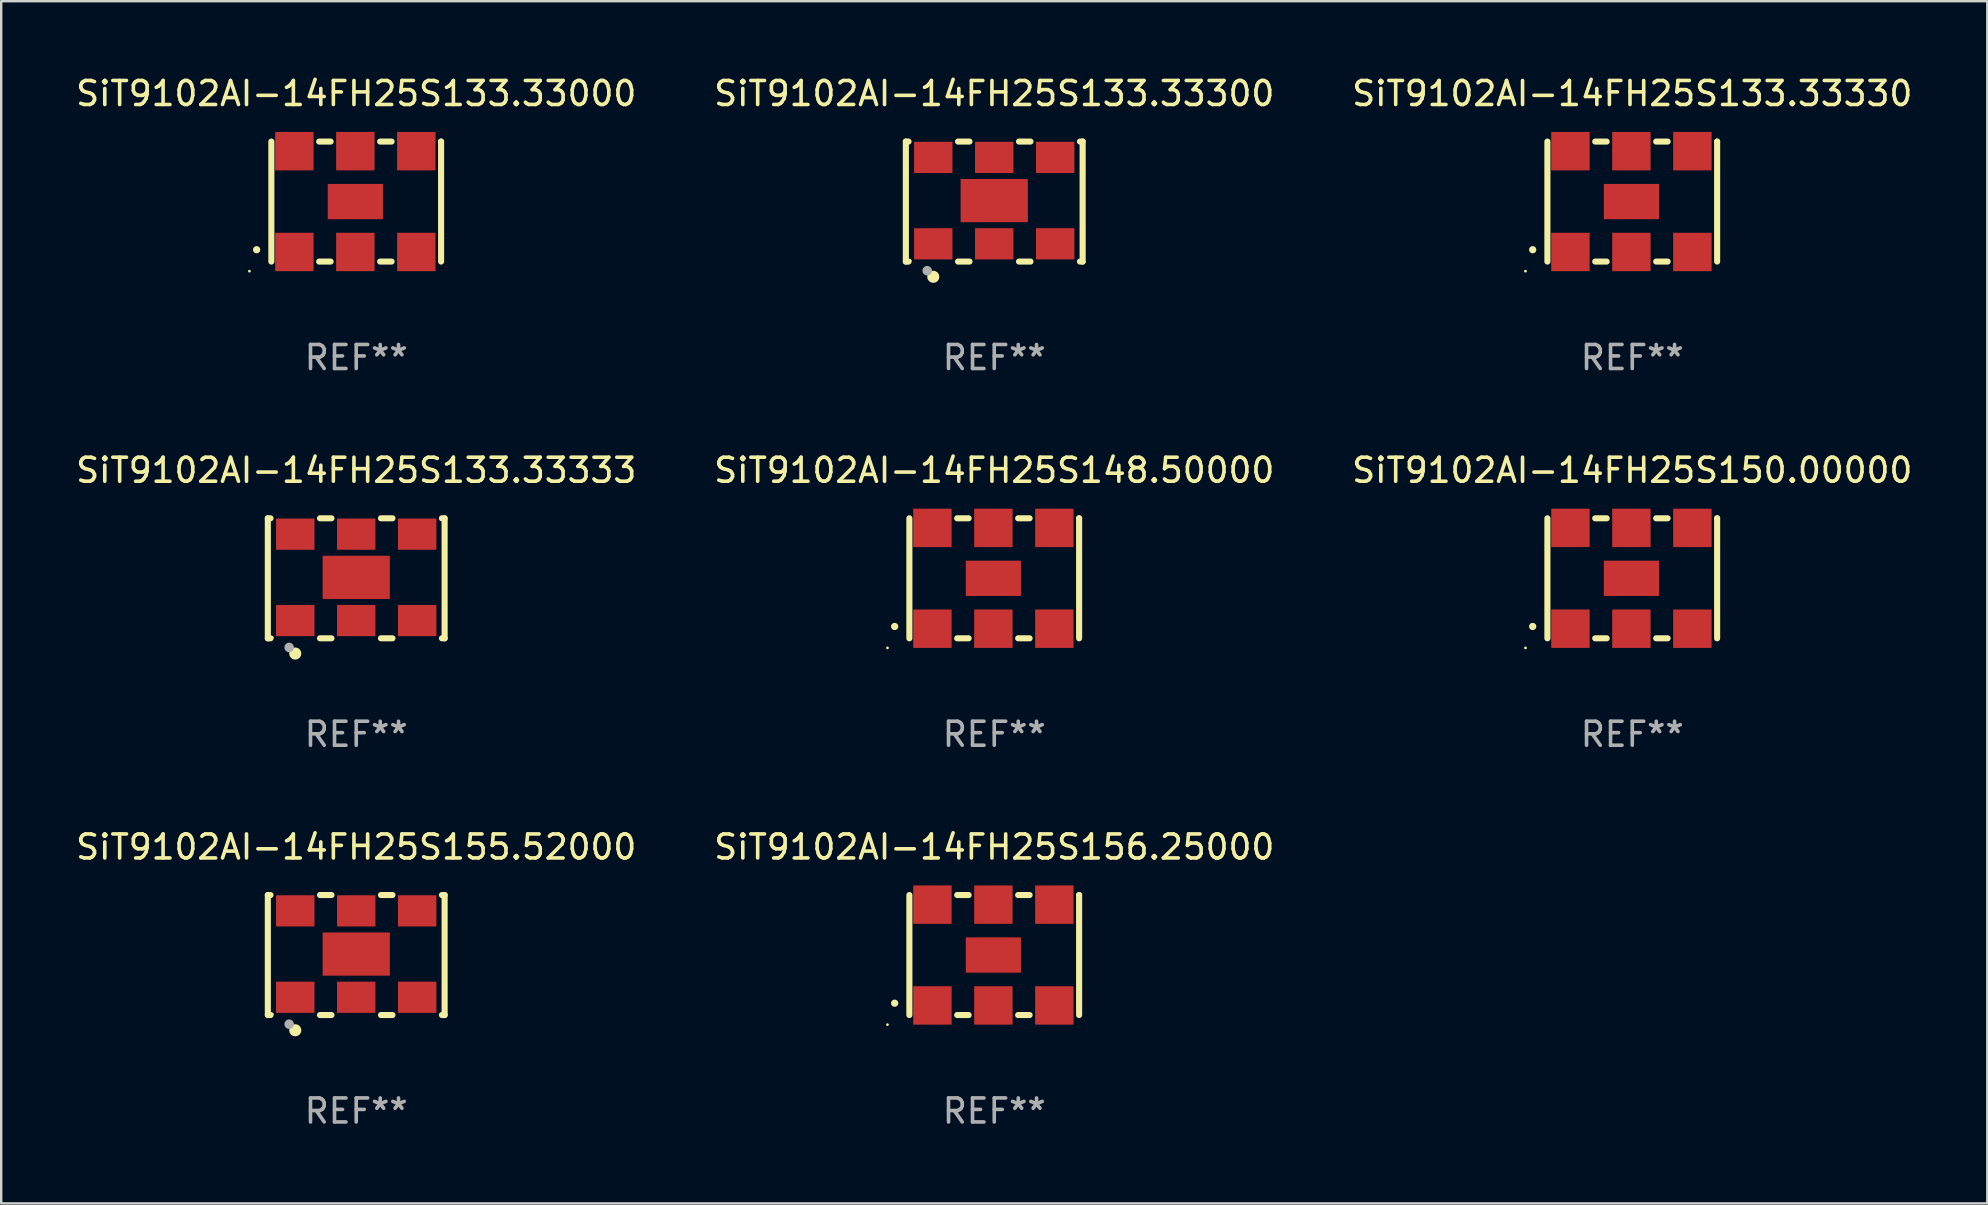
<source format=kicad_pcb>
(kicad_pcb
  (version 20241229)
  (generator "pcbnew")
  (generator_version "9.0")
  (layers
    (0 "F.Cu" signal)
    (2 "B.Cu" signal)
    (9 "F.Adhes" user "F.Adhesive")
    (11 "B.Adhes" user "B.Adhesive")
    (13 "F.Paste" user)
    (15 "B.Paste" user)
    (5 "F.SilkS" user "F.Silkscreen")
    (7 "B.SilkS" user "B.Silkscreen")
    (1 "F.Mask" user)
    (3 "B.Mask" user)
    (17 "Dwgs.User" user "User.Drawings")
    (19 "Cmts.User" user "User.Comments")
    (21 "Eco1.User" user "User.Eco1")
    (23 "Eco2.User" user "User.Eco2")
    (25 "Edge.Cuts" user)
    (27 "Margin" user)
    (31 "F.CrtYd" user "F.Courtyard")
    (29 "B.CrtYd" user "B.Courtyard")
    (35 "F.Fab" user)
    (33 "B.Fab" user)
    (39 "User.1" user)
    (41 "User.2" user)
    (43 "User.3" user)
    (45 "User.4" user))
  (footprint "SiT9102AI-14FH25S148.50000"
    (layer "F.Cu")
    (at 38.375 21.045)
    (property "Reference" "SiT9102AI-14FH25S148.50000" (at 0 -4.5 0) (layer "F.SilkS") (effects (font (size 1 1) (thickness 0.15))))
    (attr through_hole)
    (fp_line (start -3.536 -2.5) (end -3.536 2.5) (stroke (width 0.254) (type solid)) (layer "F.SilkS"))
    (fp_line (start -1.544 2.5) (end -1.067 2.5) (stroke (width 0.254) (type solid)) (layer "F.SilkS"))
    (fp_line (start -1.067 -2.5) (end -1.544 -2.5) (stroke (width 0.254) (type solid)) (layer "F.SilkS"))
    (fp_line (start 0.996 2.5) (end 1.473 2.5) (stroke (width 0.254) (type solid)) (layer "F.SilkS"))
    (fp_line (start 1.473 -2.5) (end 0.996 -2.5) (stroke (width 0.254) (type solid)) (layer "F.SilkS"))
    (fp_line (start 3.536 -2.5) (end 3.536 -2.5) (stroke (width 0.254) (type solid)) (layer "F.SilkS"))
    (fp_line (start 3.536 2.5) (end 3.536 -2.5) (stroke (width 0.254) (type solid)) (layer "F.SilkS"))
    (fp_arc (start -4.150432 2.006604) (mid -4.149162 2.006599) (end -4.147892 2.006604) (stroke (width 0.3) (type solid)) (layer "F.SilkS"))
    (fp_circle (center -4.449 2.9) (end -4.419 2.9) (stroke (width 0.06) (type solid)) (fill no) (layer "F.SilkS"))
    (fp_text user "REF**" (at 0 6.5 0) (layer "F.Fab") (effects (font (size 1 1) (thickness 0.15))))
    (pad "1" smd rect (at -2.576 2.1) (size 1.6 1.6) (layers "F.Cu" "F.Mask" "F.Paste"))
    (pad "2" smd rect (at -0.036 2.1) (size 1.6 1.6) (layers "F.Cu" "F.Mask" "F.Paste"))
    (pad "3" smd rect (at 2.504 2.1) (size 1.6 1.6) (layers "F.Cu" "F.Mask" "F.Paste"))
    (pad "4" smd rect (at 2.504 -2.1) (size 1.6 1.6) (layers "F.Cu" "F.Mask" "F.Paste"))
    (pad "5" smd rect (at -0.036 -2.1) (size 1.6 1.6) (layers "F.Cu" "F.Mask" "F.Paste"))
    (pad "6" smd rect (at -2.576 -2.1) (size 1.6 1.6) (layers "F.Cu" "F.Mask" "F.Paste"))
    (pad "7" smd rect (at -0.036 0) (size 2.3 1.47) (layers "F.Cu" "F.Mask" "F.Paste")))
  (footprint "SiT9102AI-14FH25S133.33333"
    (layer "F.Cu")
    (at 11.792 21.045)
    (property "Reference" "SiT9102AI-14FH25S133.33333" (at 0 -4.5 0) (layer "F.SilkS") (effects (font (size 1 1) (thickness 0.15))))
    (attr through_hole)
    (fp_line (start -3.683 -2.5) (end -3.571 -2.5) (stroke (width 0.254) (type solid)) (layer "F.SilkS"))
    (fp_line (start -3.683 2.5) (end -3.683 -2.5) (stroke (width 0.254) (type solid)) (layer "F.SilkS"))
    (fp_line (start -3.683 2.5) (end -3.571 2.5) (stroke (width 0.254) (type solid)) (layer "F.SilkS"))
    (fp_line (start -1.509 -2.5) (end -1.031 -2.5) (stroke (width 0.254) (type solid)) (layer "F.SilkS"))
    (fp_line (start -1.509 2.5) (end -1.031 2.5) (stroke (width 0.254) (type solid)) (layer "F.SilkS"))
    (fp_line (start 1.031 -2.5) (end 1.509 -2.5) (stroke (width 0.254) (type solid)) (layer "F.SilkS"))
    (fp_line (start 1.031 2.5) (end 1.509 2.5) (stroke (width 0.254) (type solid)) (layer "F.SilkS"))
    (fp_line (start 3.571 -2.5) (end 3.683 -2.5) (stroke (width 0.254) (type solid)) (layer "F.SilkS"))
    (fp_line (start 3.571 2.5) (end 3.683 2.5) (stroke (width 0.254) (type solid)) (layer "F.SilkS"))
    (fp_line (start 3.683 2.5) (end 3.683 -2.5) (stroke (width 0.254) (type solid)) (layer "F.SilkS"))
    (fp_circle (center -3.5 2.46) (end -3.47 2.46) (stroke (width 0.06) (type solid)) (fill no) (layer "F.SilkS"))
    (fp_circle (center -2.54 3.135) (end -2.413 3.135) (stroke (width 0.254) (type solid)) (fill no) (layer "F.SilkS"))
    (fp_circle (center -2.794 2.881) (end -2.694 2.881) (stroke (width 0.2) (type solid)) (fill no) (layer "F.Fab"))
    (fp_text user "REF**" (at 0 6.5 0) (layer "F.Fab") (effects (font (size 1 1) (thickness 0.15))))
    (pad "1" smd rect (at -2.54 1.76) (size 1.6 1.3) (layers "F.Cu" "F.Mask" "F.Paste"))
    (pad "2" smd rect (at 0 1.76) (size 1.6 1.3) (layers "F.Cu" "F.Mask" "F.Paste"))
    (pad "3" smd rect (at 2.54 1.76) (size 1.6 1.3) (layers "F.Cu" "F.Mask" "F.Paste"))
    (pad "4" smd rect (at 2.54 -1.84) (size 1.6 1.3) (layers "F.Cu" "F.Mask" "F.Paste"))
    (pad "5" smd rect (at 0 -1.84) (size 1.6 1.3) (layers "F.Cu" "F.Mask" "F.Paste"))
    (pad "6" smd rect (at -2.54 -1.84) (size 1.6 1.3) (layers "F.Cu" "F.Mask" "F.Paste"))
    (pad "7" smd rect (at 0 -0.04) (size 2.8 1.8) (layers "F.Cu" "F.Mask" "F.Paste")))
  (footprint "SiT9102AI-14FH25S155.52000"
    (layer "F.Cu")
    (at 11.792 36.741)
    (property "Reference" "SiT9102AI-14FH25S155.52000" (at 0 -4.5 0) (layer "F.SilkS") (effects (font (size 1 1) (thickness 0.15))))
    (attr through_hole)
    (fp_line (start -3.683 -2.5) (end -3.571 -2.5) (stroke (width 0.254) (type solid)) (layer "F.SilkS"))
    (fp_line (start -3.683 2.5) (end -3.683 -2.5) (stroke (width 0.254) (type solid)) (layer "F.SilkS"))
    (fp_line (start -3.683 2.5) (end -3.571 2.5) (stroke (width 0.254) (type solid)) (layer "F.SilkS"))
    (fp_line (start -1.509 -2.5) (end -1.031 -2.5) (stroke (width 0.254) (type solid)) (layer "F.SilkS"))
    (fp_line (start -1.509 2.5) (end -1.031 2.5) (stroke (width 0.254) (type solid)) (layer "F.SilkS"))
    (fp_line (start 1.031 -2.5) (end 1.509 -2.5) (stroke (width 0.254) (type solid)) (layer "F.SilkS"))
    (fp_line (start 1.031 2.5) (end 1.509 2.5) (stroke (width 0.254) (type solid)) (layer "F.SilkS"))
    (fp_line (start 3.571 -2.5) (end 3.683 -2.5) (stroke (width 0.254) (type solid)) (layer "F.SilkS"))
    (fp_line (start 3.571 2.5) (end 3.683 2.5) (stroke (width 0.254) (type solid)) (layer "F.SilkS"))
    (fp_line (start 3.683 2.5) (end 3.683 -2.5) (stroke (width 0.254) (type solid)) (layer "F.SilkS"))
    (fp_circle (center -3.5 2.46) (end -3.47 2.46) (stroke (width 0.06) (type solid)) (fill no) (layer "F.SilkS"))
    (fp_circle (center -2.54 3.135) (end -2.413 3.135) (stroke (width 0.254) (type solid)) (fill no) (layer "F.SilkS"))
    (fp_circle (center -2.794 2.881) (end -2.694 2.881) (stroke (width 0.2) (type solid)) (fill no) (layer "F.Fab"))
    (fp_text user "REF**" (at 0 6.5 0) (layer "F.Fab") (effects (font (size 1 1) (thickness 0.15))))
    (pad "1" smd rect (at -2.54 1.76) (size 1.6 1.3) (layers "F.Cu" "F.Mask" "F.Paste"))
    (pad "2" smd rect (at 0 1.76) (size 1.6 1.3) (layers "F.Cu" "F.Mask" "F.Paste"))
    (pad "3" smd rect (at 2.54 1.76) (size 1.6 1.3) (layers "F.Cu" "F.Mask" "F.Paste"))
    (pad "4" smd rect (at 2.54 -1.84) (size 1.6 1.3) (layers "F.Cu" "F.Mask" "F.Paste"))
    (pad "5" smd rect (at 0 -1.84) (size 1.6 1.3) (layers "F.Cu" "F.Mask" "F.Paste"))
    (pad "6" smd rect (at -2.54 -1.84) (size 1.6 1.3) (layers "F.Cu" "F.Mask" "F.Paste"))
    (pad "7" smd rect (at 0 -0.04) (size 2.8 1.8) (layers "F.Cu" "F.Mask" "F.Paste")))
  (footprint "SiT9102AI-14FH25S133.33000"
    (layer "F.Cu")
    (at 11.792 5.348)
    (property "Reference" "SiT9102AI-14FH25S133.33000" (at 0 -4.5 0) (layer "F.SilkS") (effects (font (size 1 1) (thickness 0.15))))
    (attr through_hole)
    (fp_line (start -3.536 -2.5) (end -3.536 2.5) (stroke (width 0.254) (type solid)) (layer "F.SilkS"))
    (fp_line (start -1.544 2.5) (end -1.067 2.5) (stroke (width 0.254) (type solid)) (layer "F.SilkS"))
    (fp_line (start -1.067 -2.5) (end -1.544 -2.5) (stroke (width 0.254) (type solid)) (layer "F.SilkS"))
    (fp_line (start 0.996 2.5) (end 1.473 2.5) (stroke (width 0.254) (type solid)) (layer "F.SilkS"))
    (fp_line (start 1.473 -2.5) (end 0.996 -2.5) (stroke (width 0.254) (type solid)) (layer "F.SilkS"))
    (fp_line (start 3.536 -2.5) (end 3.536 -2.5) (stroke (width 0.254) (type solid)) (layer "F.SilkS"))
    (fp_line (start 3.536 2.5) (end 3.536 -2.5) (stroke (width 0.254) (type solid)) (layer "F.SilkS"))
    (fp_arc (start -4.150432 2.006604) (mid -4.149162 2.006599) (end -4.147892 2.006604) (stroke (width 0.3) (type solid)) (layer "F.SilkS"))
    (fp_circle (center -4.449 2.9) (end -4.419 2.9) (stroke (width 0.06) (type solid)) (fill no) (layer "F.SilkS"))
    (fp_text user "REF**" (at 0 6.5 0) (layer "F.Fab") (effects (font (size 1 1) (thickness 0.15))))
    (pad "1" smd rect (at -2.576 2.1) (size 1.6 1.6) (layers "F.Cu" "F.Mask" "F.Paste"))
    (pad "2" smd rect (at -0.036 2.1) (size 1.6 1.6) (layers "F.Cu" "F.Mask" "F.Paste"))
    (pad "3" smd rect (at 2.504 2.1) (size 1.6 1.6) (layers "F.Cu" "F.Mask" "F.Paste"))
    (pad "4" smd rect (at 2.504 -2.1) (size 1.6 1.6) (layers "F.Cu" "F.Mask" "F.Paste"))
    (pad "5" smd rect (at -0.036 -2.1) (size 1.6 1.6) (layers "F.Cu" "F.Mask" "F.Paste"))
    (pad "6" smd rect (at -2.576 -2.1) (size 1.6 1.6) (layers "F.Cu" "F.Mask" "F.Paste"))
    (pad "7" smd rect (at -0.036 0) (size 2.3 1.47) (layers "F.Cu" "F.Mask" "F.Paste")))
  (footprint "SiT9102AI-14FH25S133.33330"
    (layer "F.Cu")
    (at 64.958 5.348)
    (property "Reference" "SiT9102AI-14FH25S133.33330" (at 0 -4.5 0) (layer "F.SilkS") (effects (font (size 1 1) (thickness 0.15))))
    (attr through_hole)
    (fp_line (start -3.536 -2.5) (end -3.536 2.5) (stroke (width 0.254) (type solid)) (layer "F.SilkS"))
    (fp_line (start -1.544 2.5) (end -1.067 2.5) (stroke (width 0.254) (type solid)) (layer "F.SilkS"))
    (fp_line (start -1.067 -2.5) (end -1.544 -2.5) (stroke (width 0.254) (type solid)) (layer "F.SilkS"))
    (fp_line (start 0.996 2.5) (end 1.473 2.5) (stroke (width 0.254) (type solid)) (layer "F.SilkS"))
    (fp_line (start 1.473 -2.5) (end 0.996 -2.5) (stroke (width 0.254) (type solid)) (layer "F.SilkS"))
    (fp_line (start 3.536 -2.5) (end 3.536 -2.5) (stroke (width 0.254) (type solid)) (layer "F.SilkS"))
    (fp_line (start 3.536 2.5) (end 3.536 -2.5) (stroke (width 0.254) (type solid)) (layer "F.SilkS"))
    (fp_arc (start -4.150432 2.006604) (mid -4.149162 2.006599) (end -4.147892 2.006604) (stroke (width 0.3) (type solid)) (layer "F.SilkS"))
    (fp_circle (center -4.449 2.9) (end -4.419 2.9) (stroke (width 0.06) (type solid)) (fill no) (layer "F.SilkS"))
    (fp_text user "REF**" (at 0 6.5 0) (layer "F.Fab") (effects (font (size 1 1) (thickness 0.15))))
    (pad "1" smd rect (at -2.576 2.1) (size 1.6 1.6) (layers "F.Cu" "F.Mask" "F.Paste"))
    (pad "2" smd rect (at -0.036 2.1) (size 1.6 1.6) (layers "F.Cu" "F.Mask" "F.Paste"))
    (pad "3" smd rect (at 2.504 2.1) (size 1.6 1.6) (layers "F.Cu" "F.Mask" "F.Paste"))
    (pad "4" smd rect (at 2.504 -2.1) (size 1.6 1.6) (layers "F.Cu" "F.Mask" "F.Paste"))
    (pad "5" smd rect (at -0.036 -2.1) (size 1.6 1.6) (layers "F.Cu" "F.Mask" "F.Paste"))
    (pad "6" smd rect (at -2.576 -2.1) (size 1.6 1.6) (layers "F.Cu" "F.Mask" "F.Paste"))
    (pad "7" smd rect (at -0.036 0) (size 2.3 1.47) (layers "F.Cu" "F.Mask" "F.Paste")))
  (footprint "SiT9102AI-14FH25S133.33300"
    (layer "F.Cu")
    (at 38.375 5.348)
    (property "Reference" "SiT9102AI-14FH25S133.33300" (at 0 -4.5 0) (layer "F.SilkS") (effects (font (size 1 1) (thickness 0.15))))
    (attr through_hole)
    (fp_line (start -3.683 -2.5) (end -3.571 -2.5) (stroke (width 0.254) (type solid)) (layer "F.SilkS"))
    (fp_line (start -3.683 2.5) (end -3.683 -2.5) (stroke (width 0.254) (type solid)) (layer "F.SilkS"))
    (fp_line (start -3.683 2.5) (end -3.571 2.5) (stroke (width 0.254) (type solid)) (layer "F.SilkS"))
    (fp_line (start -1.509 -2.5) (end -1.031 -2.5) (stroke (width 0.254) (type solid)) (layer "F.SilkS"))
    (fp_line (start -1.509 2.5) (end -1.031 2.5) (stroke (width 0.254) (type solid)) (layer "F.SilkS"))
    (fp_line (start 1.031 -2.5) (end 1.509 -2.5) (stroke (width 0.254) (type solid)) (layer "F.SilkS"))
    (fp_line (start 1.031 2.5) (end 1.509 2.5) (stroke (width 0.254) (type solid)) (layer "F.SilkS"))
    (fp_line (start 3.571 -2.5) (end 3.683 -2.5) (stroke (width 0.254) (type solid)) (layer "F.SilkS"))
    (fp_line (start 3.571 2.5) (end 3.683 2.5) (stroke (width 0.254) (type solid)) (layer "F.SilkS"))
    (fp_line (start 3.683 2.5) (end 3.683 -2.5) (stroke (width 0.254) (type solid)) (layer "F.SilkS"))
    (fp_circle (center -3.5 2.46) (end -3.47 2.46) (stroke (width 0.06) (type solid)) (fill no) (layer "F.SilkS"))
    (fp_circle (center -2.54 3.135) (end -2.413 3.135) (stroke (width 0.254) (type solid)) (fill no) (layer "F.SilkS"))
    (fp_circle (center -2.794 2.881) (end -2.694 2.881) (stroke (width 0.2) (type solid)) (fill no) (layer "F.Fab"))
    (fp_text user "REF**" (at 0 6.5 0) (layer "F.Fab") (effects (font (size 1 1) (thickness 0.15))))
    (pad "1" smd rect (at -2.54 1.76) (size 1.6 1.3) (layers "F.Cu" "F.Mask" "F.Paste"))
    (pad "2" smd rect (at 0 1.76) (size 1.6 1.3) (layers "F.Cu" "F.Mask" "F.Paste"))
    (pad "3" smd rect (at 2.54 1.76) (size 1.6 1.3) (layers "F.Cu" "F.Mask" "F.Paste"))
    (pad "4" smd rect (at 2.54 -1.84) (size 1.6 1.3) (layers "F.Cu" "F.Mask" "F.Paste"))
    (pad "5" smd rect (at 0 -1.84) (size 1.6 1.3) (layers "F.Cu" "F.Mask" "F.Paste"))
    (pad "6" smd rect (at -2.54 -1.84) (size 1.6 1.3) (layers "F.Cu" "F.Mask" "F.Paste"))
    (pad "7" smd rect (at 0 -0.04) (size 2.8 1.8) (layers "F.Cu" "F.Mask" "F.Paste")))
  (footprint "SiT9102AI-14FH25S156.25000"
    (layer "F.Cu")
    (at 38.375 36.741)
    (property "Reference" "SiT9102AI-14FH25S156.25000" (at 0 -4.5 0) (layer "F.SilkS") (effects (font (size 1 1) (thickness 0.15))))
    (attr through_hole)
    (fp_line (start -3.536 -2.5) (end -3.536 2.5) (stroke (width 0.254) (type solid)) (layer "F.SilkS"))
    (fp_line (start -1.544 2.5) (end -1.067 2.5) (stroke (width 0.254) (type solid)) (layer "F.SilkS"))
    (fp_line (start -1.067 -2.5) (end -1.544 -2.5) (stroke (width 0.254) (type solid)) (layer "F.SilkS"))
    (fp_line (start 0.996 2.5) (end 1.473 2.5) (stroke (width 0.254) (type solid)) (layer "F.SilkS"))
    (fp_line (start 1.473 -2.5) (end 0.996 -2.5) (stroke (width 0.254) (type solid)) (layer "F.SilkS"))
    (fp_line (start 3.536 -2.5) (end 3.536 -2.5) (stroke (width 0.254) (type solid)) (layer "F.SilkS"))
    (fp_line (start 3.536 2.5) (end 3.536 -2.5) (stroke (width 0.254) (type solid)) (layer "F.SilkS"))
    (fp_arc (start -4.150432 2.006604) (mid -4.149162 2.006599) (end -4.147892 2.006604) (stroke (width 0.3) (type solid)) (layer "F.SilkS"))
    (fp_circle (center -4.449 2.9) (end -4.419 2.9) (stroke (width 0.06) (type solid)) (fill no) (layer "F.SilkS"))
    (fp_text user "REF**" (at 0 6.5 0) (layer "F.Fab") (effects (font (size 1 1) (thickness 0.15))))
    (pad "1" smd rect (at -2.576 2.1) (size 1.6 1.6) (layers "F.Cu" "F.Mask" "F.Paste"))
    (pad "2" smd rect (at -0.036 2.1) (size 1.6 1.6) (layers "F.Cu" "F.Mask" "F.Paste"))
    (pad "3" smd rect (at 2.504 2.1) (size 1.6 1.6) (layers "F.Cu" "F.Mask" "F.Paste"))
    (pad "4" smd rect (at 2.504 -2.1) (size 1.6 1.6) (layers "F.Cu" "F.Mask" "F.Paste"))
    (pad "5" smd rect (at -0.036 -2.1) (size 1.6 1.6) (layers "F.Cu" "F.Mask" "F.Paste"))
    (pad "6" smd rect (at -2.576 -2.1) (size 1.6 1.6) (layers "F.Cu" "F.Mask" "F.Paste"))
    (pad "7" smd rect (at -0.036 0) (size 2.3 1.47) (layers "F.Cu" "F.Mask" "F.Paste")))
  (footprint "SiT9102AI-14FH25S150.00000"
    (layer "F.Cu")
    (at 64.958 21.045)
    (property "Reference" "SiT9102AI-14FH25S150.00000" (at 0 -4.5 0) (layer "F.SilkS") (effects (font (size 1 1) (thickness 0.15))))
    (attr through_hole)
    (fp_line (start -3.536 -2.5) (end -3.536 2.5) (stroke (width 0.254) (type solid)) (layer "F.SilkS"))
    (fp_line (start -1.544 2.5) (end -1.067 2.5) (stroke (width 0.254) (type solid)) (layer "F.SilkS"))
    (fp_line (start -1.067 -2.5) (end -1.544 -2.5) (stroke (width 0.254) (type solid)) (layer "F.SilkS"))
    (fp_line (start 0.996 2.5) (end 1.473 2.5) (stroke (width 0.254) (type solid)) (layer "F.SilkS"))
    (fp_line (start 1.473 -2.5) (end 0.996 -2.5) (stroke (width 0.254) (type solid)) (layer "F.SilkS"))
    (fp_line (start 3.536 -2.5) (end 3.536 -2.5) (stroke (width 0.254) (type solid)) (layer "F.SilkS"))
    (fp_line (start 3.536 2.5) (end 3.536 -2.5) (stroke (width 0.254) (type solid)) (layer "F.SilkS"))
    (fp_arc (start -4.150432 2.006604) (mid -4.149162 2.006599) (end -4.147892 2.006604) (stroke (width 0.3) (type solid)) (layer "F.SilkS"))
    (fp_circle (center -4.449 2.9) (end -4.419 2.9) (stroke (width 0.06) (type solid)) (fill no) (layer "F.SilkS"))
    (fp_text user "REF**" (at 0 6.5 0) (layer "F.Fab") (effects (font (size 1 1) (thickness 0.15))))
    (pad "1" smd rect (at -2.576 2.1) (size 1.6 1.6) (layers "F.Cu" "F.Mask" "F.Paste"))
    (pad "2" smd rect (at -0.036 2.1) (size 1.6 1.6) (layers "F.Cu" "F.Mask" "F.Paste"))
    (pad "3" smd rect (at 2.504 2.1) (size 1.6 1.6) (layers "F.Cu" "F.Mask" "F.Paste"))
    (pad "4" smd rect (at 2.504 -2.1) (size 1.6 1.6) (layers "F.Cu" "F.Mask" "F.Paste"))
    (pad "5" smd rect (at -0.036 -2.1) (size 1.6 1.6) (layers "F.Cu" "F.Mask" "F.Paste"))
    (pad "6" smd rect (at -2.576 -2.1) (size 1.6 1.6) (layers "F.Cu" "F.Mask" "F.Paste"))
    (pad "7" smd rect (at -0.036 0) (size 2.3 1.47) (layers "F.Cu" "F.Mask" "F.Paste")))
  (gr_rect
    (start -3 -3)
    (end 79.75 47.09)
    (stroke (width 0.1) (type default))
    (fill no)
    (layer "Edge.Cuts")))
</source>
